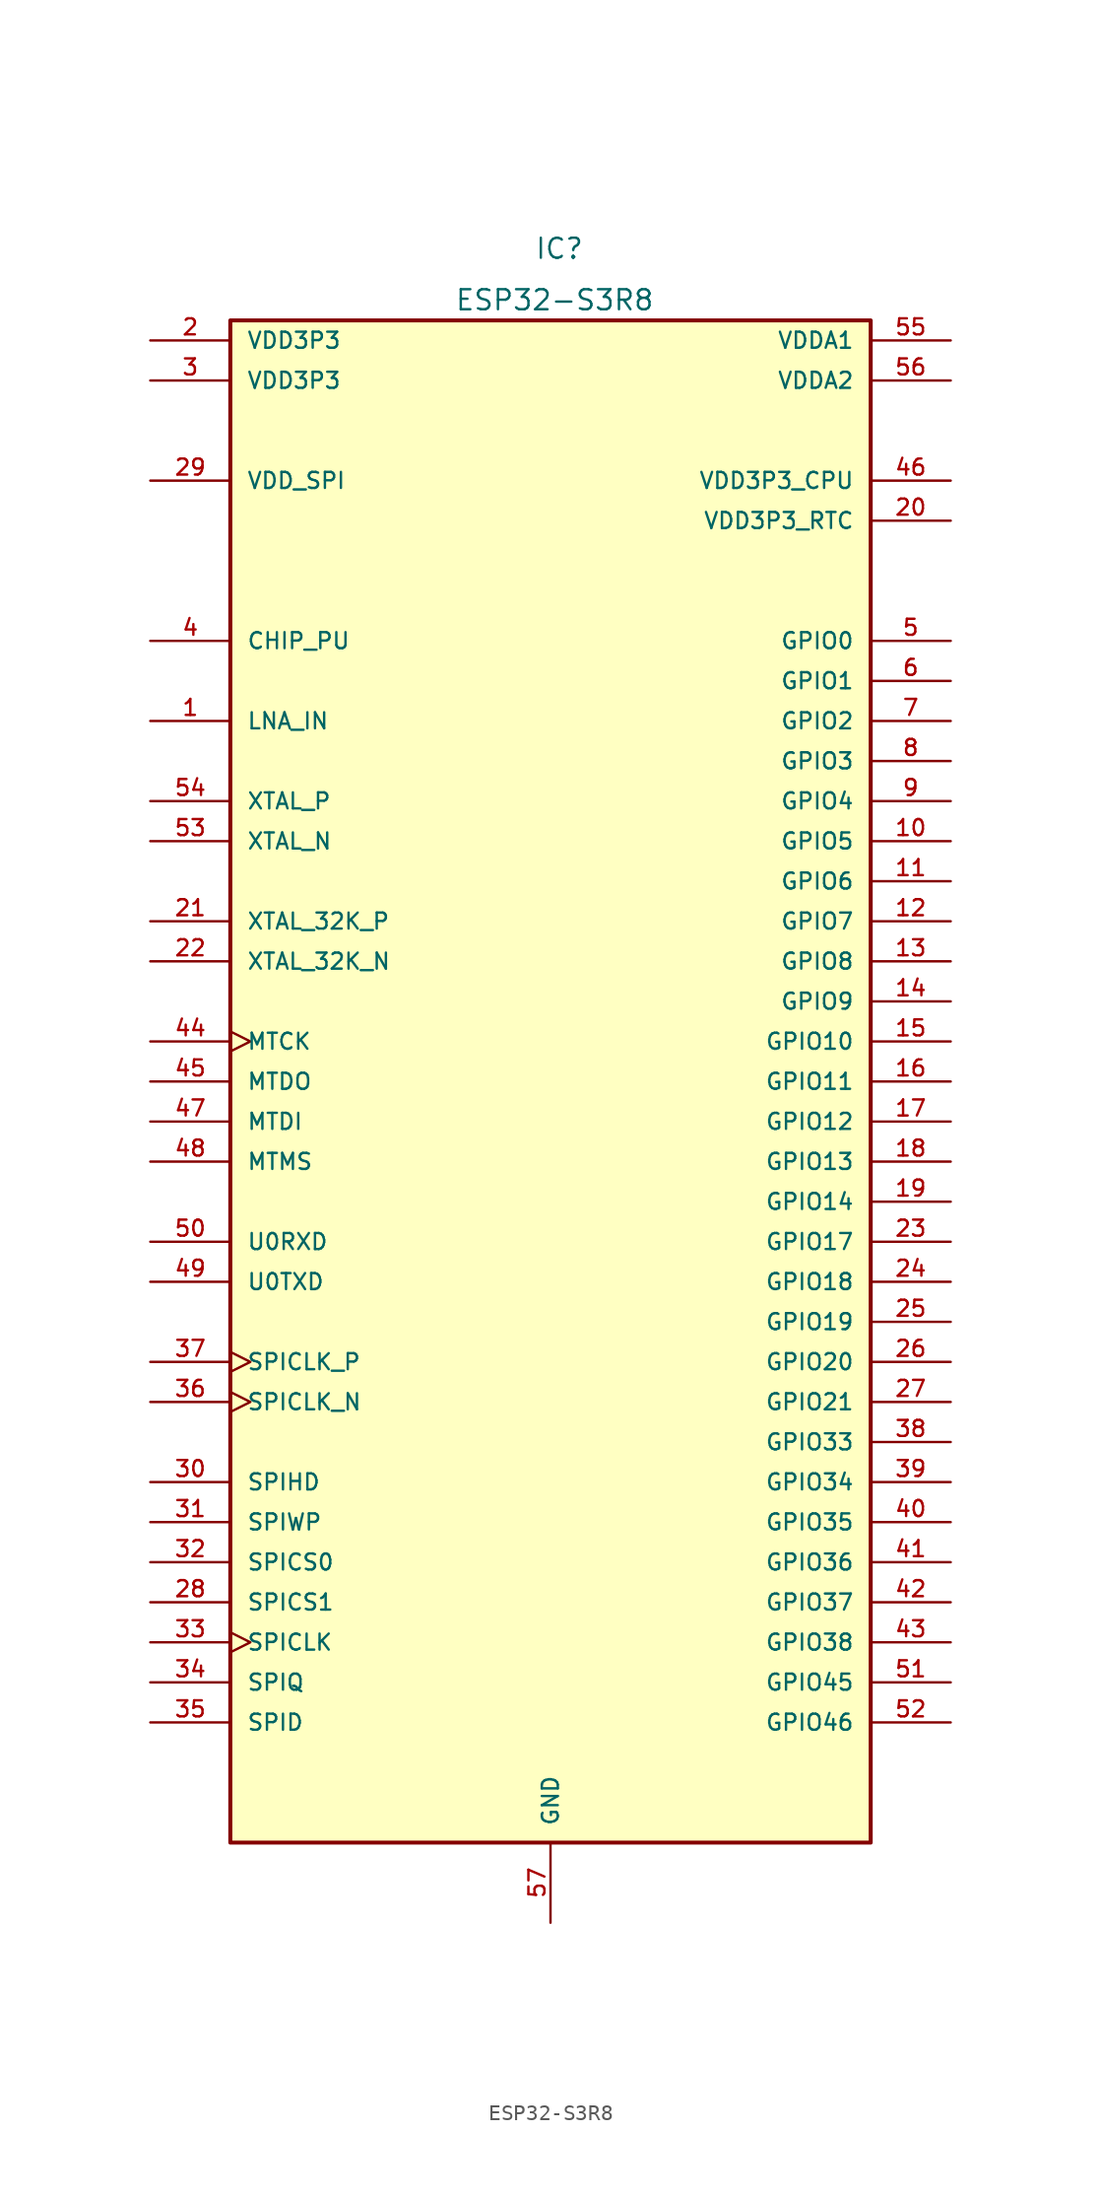
<source format=kicad_sym>
(kicad_symbol_lib
  (version 20241209)
  (generator "kicad_symbol_editor")
  (generator_version "9.0")
  (symbol "ESP32-S3R8"
    (pin_names
      (offset 1.016))
    (property "Reference" "IC"
      (at -1.016 52.07 0)
      (effects (font (size 1.27 1.27)) (justify left bottom)))
    (property "Value" "ESP32-S3R8"
      (at -6.096 50.292 0)
      (effects (font (size 1.27 1.27)) (justify left top)))
    (symbol "ESP32-S3R8_0_0"
      (rectangle (start -20.32 48.26) (end 20.32 -48.26) (stroke (width 0.254) (type default)) (fill (type background)))
      (pin power_in line (at -25.4 46.99 0) (length 5.08) (name "VDD3P3" (effects (font (size 1.016 1.016)))) (number "2" (effects (font (size 1.016 1.016)))))
      (pin power_in line (at -25.4 44.45 0) (length 5.08) (name "VDD3P3" (effects (font (size 1.016 1.016)))) (number "3" (effects (font (size 1.016 1.016)))))
      (pin power_in line (at -25.4 38.1 0) (length 5.08) (name "VDD_SPI" (effects (font (size 1.016 1.016)))) (number "29" (effects (font (size 1.016 1.016)))))
      (pin input line (at -25.4 27.94 0) (length 5.08) (name "CHIP_PU" (effects (font (size 1.016 1.016)))) (number "4" (effects (font (size 1.016 1.016)))))
      (pin bidirectional line (at -25.4 22.86 0) (length 5.08) (name "LNA_IN" (effects (font (size 1.016 1.016)))) (number "1" (effects (font (size 1.016 1.016)))))
      (pin input line (at -25.4 17.78 0) (length 5.08) (name "XTAL_P" (effects (font (size 1.016 1.016)))) (number "54" (effects (font (size 1.016 1.016)))))
      (pin output line (at -25.4 15.24 0) (length 5.08) (name "XTAL_N" (effects (font (size 1.016 1.016)))) (number "53" (effects (font (size 1.016 1.016)))))
      (pin bidirectional line (at -25.4 10.16 0) (length 5.08) (name "XTAL_32K_P" (effects (font (size 1.016 1.016)))) (number "21" (effects (font (size 1.016 1.016)))))
      (pin bidirectional line (at -25.4 7.62 0) (length 5.08) (name "XTAL_32K_N" (effects (font (size 1.016 1.016)))) (number "22" (effects (font (size 1.016 1.016)))))
      (pin bidirectional clock (at -25.4 2.54 0) (length 5.08) (name "MTCK" (effects (font (size 1.016 1.016)))) (number "44" (effects (font (size 1.016 1.016)))))
      (pin bidirectional line (at -25.4 0 0) (length 5.08) (name "MTDO" (effects (font (size 1.016 1.016)))) (number "45" (effects (font (size 1.016 1.016)))))
      (pin bidirectional line (at -25.4 -2.54 0) (length 5.08) (name "MTDI" (effects (font (size 1.016 1.016)))) (number "47" (effects (font (size 1.016 1.016)))))
      (pin bidirectional line (at -25.4 -5.08 0) (length 5.08) (name "MTMS" (effects (font (size 1.016 1.016)))) (number "48" (effects (font (size 1.016 1.016)))))
      (pin bidirectional line (at -25.4 -10.16 0) (length 5.08) (name "U0RXD" (effects (font (size 1.016 1.016)))) (number "50" (effects (font (size 1.016 1.016)))))
      (pin bidirectional line (at -25.4 -12.7 0) (length 5.08) (name "U0TXD" (effects (font (size 1.016 1.016)))) (number "49" (effects (font (size 1.016 1.016)))))
      (pin bidirectional clock (at -25.4 -17.78 0) (length 5.08) (name "SPICLK_P" (effects (font (size 1.016 1.016)))) (number "37" (effects (font (size 1.016 1.016)))))
      (pin bidirectional clock (at -25.4 -20.32 0) (length 5.08) (name "SPICLK_N" (effects (font (size 1.016 1.016)))) (number "36" (effects (font (size 1.016 1.016)))))
      (pin bidirectional line (at -25.4 -25.4 0) (length 5.08) (name "SPIHD" (effects (font (size 1.016 1.016)))) (number "30" (effects (font (size 1.016 1.016)))))
      (pin bidirectional line (at -25.4 -27.94 0) (length 5.08) (name "SPIWP" (effects (font (size 1.016 1.016)))) (number "31" (effects (font (size 1.016 1.016)))))
      (pin bidirectional line (at -25.4 -30.48 0) (length 5.08) (name "SPICS0" (effects (font (size 1.016 1.016)))) (number "32" (effects (font (size 1.016 1.016)))))
      (pin bidirectional line (at -25.4 -33.02 0) (length 5.08) (name "SPICS1" (effects (font (size 1.016 1.016)))) (number "28" (effects (font (size 1.016 1.016)))))
      (pin bidirectional clock (at -25.4 -35.56 0) (length 5.08) (name "SPICLK" (effects (font (size 1.016 1.016)))) (number "33" (effects (font (size 1.016 1.016)))))
      (pin bidirectional line (at -25.4 -38.1 0) (length 5.08) (name "SPIQ" (effects (font (size 1.016 1.016)))) (number "34" (effects (font (size 1.016 1.016)))))
      (pin bidirectional line (at -25.4 -40.64 0) (length 5.08) (name "SPID" (effects (font (size 1.016 1.016)))) (number "35" (effects (font (size 1.016 1.016)))))
      (pin power_in line (at 0 -53.34 90) (length 5.08) (name "GND" (effects (font (size 1.016 1.016)))) (number "57" (effects (font (size 1.016 1.016)))))
      (pin power_in line (at 25.4 46.99 180) (length 5.08) (name "VDDA1" (effects (font (size 1.016 1.016)))) (number "55" (effects (font (size 1.016 1.016)))))
      (pin power_in line (at 25.4 44.45 180) (length 5.08) (name "VDDA2" (effects (font (size 1.016 1.016)))) (number "56" (effects (font (size 1.016 1.016)))))
      (pin power_in line (at 25.4 38.1 180) (length 5.08) (name "VDD3P3_CPU" (effects (font (size 1.016 1.016)))) (number "46" (effects (font (size 1.016 1.016)))))
      (pin power_in line (at 25.4 35.56 180) (length 5.08) (name "VDD3P3_RTC" (effects (font (size 1.016 1.016)))) (number "20" (effects (font (size 1.016 1.016)))))
      (pin bidirectional line (at 25.4 27.94 180) (length 5.08) (name "GPIO0" (effects (font (size 1.016 1.016)))) (number "5" (effects (font (size 1.016 1.016)))))
      (pin bidirectional line (at 25.4 25.4 180) (length 5.08) (name "GPIO1" (effects (font (size 1.016 1.016)))) (number "6" (effects (font (size 1.016 1.016)))))
      (pin bidirectional line (at 25.4 22.86 180) (length 5.08) (name "GPIO2" (effects (font (size 1.016 1.016)))) (number "7" (effects (font (size 1.016 1.016)))))
      (pin bidirectional line (at 25.4 20.32 180) (length 5.08) (name "GPIO3" (effects (font (size 1.016 1.016)))) (number "8" (effects (font (size 1.016 1.016)))))
      (pin bidirectional line (at 25.4 17.78 180) (length 5.08) (name "GPIO4" (effects (font (size 1.016 1.016)))) (number "9" (effects (font (size 1.016 1.016)))))
      (pin bidirectional line (at 25.4 15.24 180) (length 5.08) (name "GPIO5" (effects (font (size 1.016 1.016)))) (number "10" (effects (font (size 1.016 1.016)))))
      (pin bidirectional line (at 25.4 12.7 180) (length 5.08) (name "GPIO6" (effects (font (size 1.016 1.016)))) (number "11" (effects (font (size 1.016 1.016)))))
      (pin bidirectional line (at 25.4 10.16 180) (length 5.08) (name "GPIO7" (effects (font (size 1.016 1.016)))) (number "12" (effects (font (size 1.016 1.016)))))
      (pin bidirectional line (at 25.4 7.62 180) (length 5.08) (name "GPIO8" (effects (font (size 1.016 1.016)))) (number "13" (effects (font (size 1.016 1.016)))))
      (pin bidirectional line (at 25.4 5.08 180) (length 5.08) (name "GPIO9" (effects (font (size 1.016 1.016)))) (number "14" (effects (font (size 1.016 1.016)))))
      (pin bidirectional line (at 25.4 2.54 180) (length 5.08) (name "GPIO10" (effects (font (size 1.016 1.016)))) (number "15" (effects (font (size 1.016 1.016)))))
      (pin bidirectional line (at 25.4 0 180) (length 5.08) (name "GPIO11" (effects (font (size 1.016 1.016)))) (number "16" (effects (font (size 1.016 1.016)))))
      (pin bidirectional line (at 25.4 -2.54 180) (length 5.08) (name "GPIO12" (effects (font (size 1.016 1.016)))) (number "17" (effects (font (size 1.016 1.016)))))
      (pin bidirectional line (at 25.4 -5.08 180) (length 5.08) (name "GPIO13" (effects (font (size 1.016 1.016)))) (number "18" (effects (font (size 1.016 1.016)))))
      (pin bidirectional line (at 25.4 -7.62 180) (length 5.08) (name "GPIO14" (effects (font (size 1.016 1.016)))) (number "19" (effects (font (size 1.016 1.016)))))
      (pin bidirectional line (at 25.4 -10.16 180) (length 5.08) (name "GPIO17" (effects (font (size 1.016 1.016)))) (number "23" (effects (font (size 1.016 1.016)))))
      (pin bidirectional line (at 25.4 -12.7 180) (length 5.08) (name "GPIO18" (effects (font (size 1.016 1.016)))) (number "24" (effects (font (size 1.016 1.016)))))
      (pin bidirectional line (at 25.4 -15.24 180) (length 5.08) (name "GPIO19" (effects (font (size 1.016 1.016)))) (number "25" (effects (font (size 1.016 1.016)))))
      (pin bidirectional line (at 25.4 -17.78 180) (length 5.08) (name "GPIO20" (effects (font (size 1.016 1.016)))) (number "26" (effects (font (size 1.016 1.016)))))
      (pin bidirectional line (at 25.4 -20.32 180) (length 5.08) (name "GPIO21" (effects (font (size 1.016 1.016)))) (number "27" (effects (font (size 1.016 1.016)))))
      (pin bidirectional line (at 25.4 -22.86 180) (length 5.08) (name "GPIO33" (effects (font (size 1.016 1.016)))) (number "38" (effects (font (size 1.016 1.016)))))
      (pin bidirectional line (at 25.4 -25.4 180) (length 5.08) (name "GPIO34" (effects (font (size 1.016 1.016)))) (number "39" (effects (font (size 1.016 1.016)))))
      (pin bidirectional line (at 25.4 -27.94 180) (length 5.08) (name "GPIO35" (effects (font (size 1.016 1.016)))) (number "40" (effects (font (size 1.016 1.016)))))
      (pin bidirectional line (at 25.4 -30.48 180) (length 5.08) (name "GPIO36" (effects (font (size 1.016 1.016)))) (number "41" (effects (font (size 1.016 1.016)))))
      (pin bidirectional line (at 25.4 -33.02 180) (length 5.08) (name "GPIO37" (effects (font (size 1.016 1.016)))) (number "42" (effects (font (size 1.016 1.016)))))
      (pin bidirectional line (at 25.4 -35.56 180) (length 5.08) (name "GPIO38" (effects (font (size 1.016 1.016)))) (number "43" (effects (font (size 1.016 1.016)))))
      (pin bidirectional line (at 25.4 -38.1 180) (length 5.08) (name "GPIO45" (effects (font (size 1.016 1.016)))) (number "51" (effects (font (size 1.016 1.016)))))
      (pin bidirectional line (at 25.4 -40.64 180) (length 5.08) (name "GPIO46" (effects (font (size 1.016 1.016)))) (number "52" (effects (font (size 1.016 1.016))))))))
</source>
